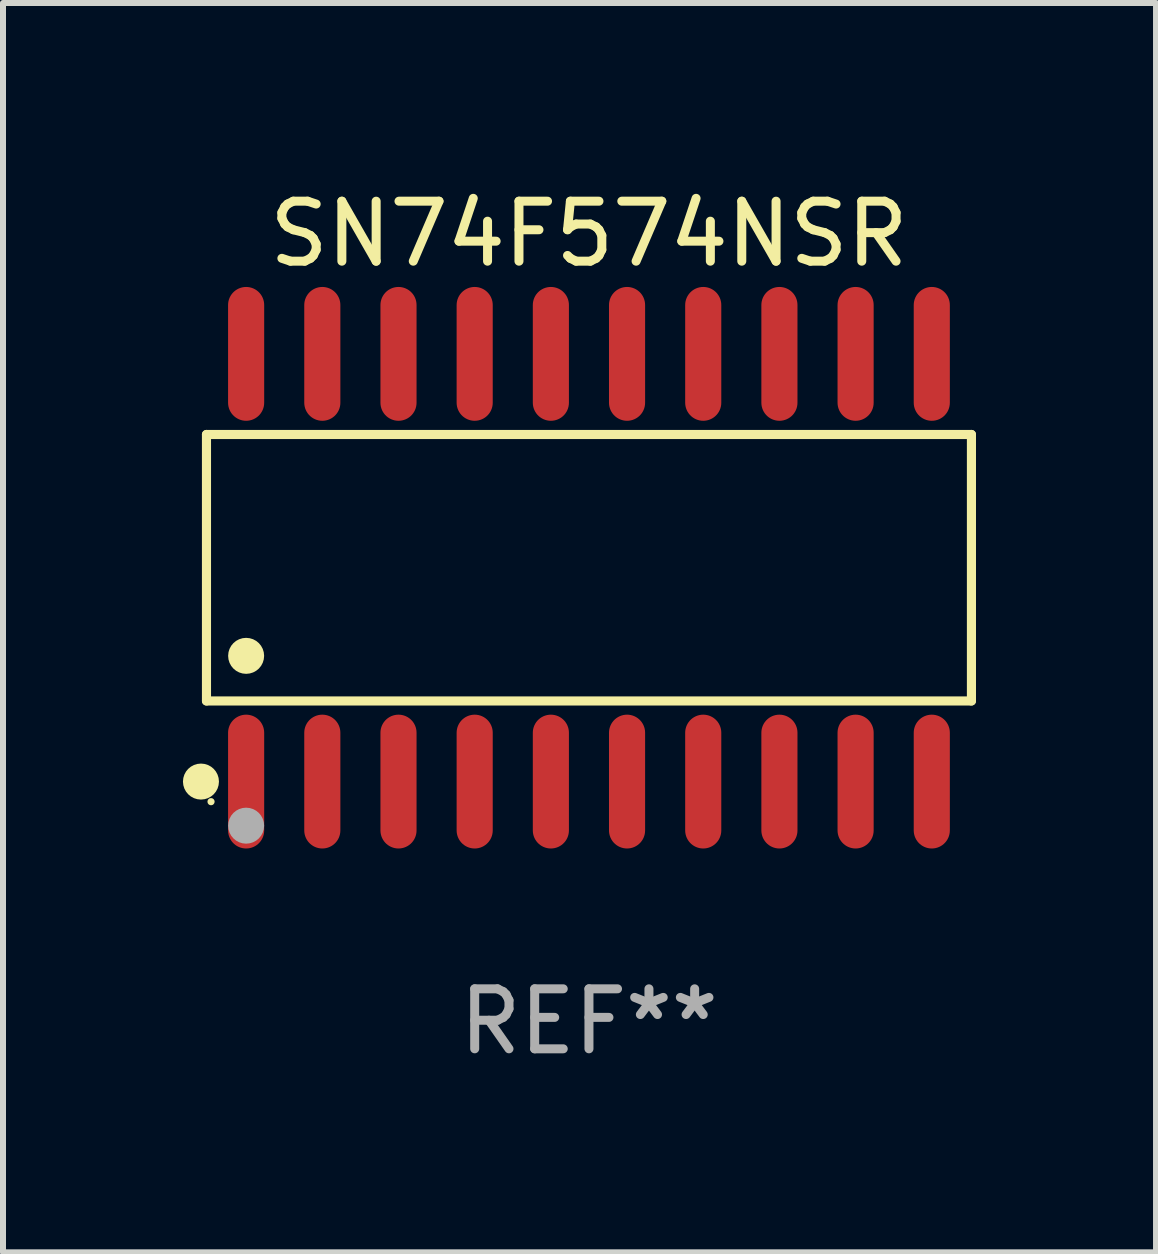
<source format=kicad_pcb>
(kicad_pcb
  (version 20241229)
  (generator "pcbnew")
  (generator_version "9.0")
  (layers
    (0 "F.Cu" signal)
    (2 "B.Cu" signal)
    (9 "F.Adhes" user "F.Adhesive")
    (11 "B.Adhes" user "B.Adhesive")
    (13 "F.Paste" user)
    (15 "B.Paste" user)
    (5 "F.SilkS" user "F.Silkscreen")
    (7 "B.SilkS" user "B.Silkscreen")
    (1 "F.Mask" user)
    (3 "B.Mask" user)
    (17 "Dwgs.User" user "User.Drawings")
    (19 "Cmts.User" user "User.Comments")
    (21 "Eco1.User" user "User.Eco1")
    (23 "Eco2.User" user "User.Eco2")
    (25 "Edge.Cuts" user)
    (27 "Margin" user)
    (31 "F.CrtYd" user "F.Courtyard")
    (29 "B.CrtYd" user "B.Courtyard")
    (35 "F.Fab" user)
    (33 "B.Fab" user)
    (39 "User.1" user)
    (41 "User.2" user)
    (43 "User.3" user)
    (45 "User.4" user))
  (footprint "SN74F574NSR"
    (layer "F.Cu")
    (at 6.768 6.414)
    (property "Reference" "SN74F574NSR" (at 0 -5.565 0) (layer "F.SilkS") (effects (font (size 1 1) (thickness 0.15))))
    (attr through_hole)
    (fp_line (start -6.376 -2.221) (end 6.376 -2.221) (stroke (width 0.152) (type solid)) (layer "F.SilkS"))
    (fp_line (start -6.376 2.221) (end -6.376 -2.221) (stroke (width 0.152) (type solid)) (layer "F.SilkS"))
    (fp_line (start 6.376 -2.221) (end 6.376 2.221) (stroke (width 0.152) (type solid)) (layer "F.SilkS"))
    (fp_line (start 6.376 2.221) (end -6.376 2.221) (stroke (width 0.152) (type solid)) (layer "F.SilkS"))
    (fp_circle (center -6.468 3.565) (end -6.318 3.565) (stroke (width 0.3) (type solid)) (fill no) (layer "F.SilkS"))
    (fp_circle (center -6.3 3.9) (end -6.27 3.9) (stroke (width 0.06) (type solid)) (fill no) (layer "F.SilkS"))
    (fp_circle (center -5.715 1.469) (end -5.565 1.469) (stroke (width 0.3) (type solid)) (fill no) (layer "F.SilkS"))
    (fp_circle (center -5.715 4.3) (end -5.565 4.3) (stroke (width 0.3) (type solid)) (fill no) (layer "F.Fab"))
    (fp_text user "REF**" (at 0 7.565 0) (layer "F.Fab") (effects (font (size 1 1) (thickness 0.15))))
    (pad "1" smd oval (at -5.715 3.565) (size 0.602 2.231) (layers "F.Cu" "F.Mask" "F.Paste"))
    (pad "2" smd oval (at -4.445 3.565) (size 0.602 2.231) (layers "F.Cu" "F.Mask" "F.Paste"))
    (pad "3" smd oval (at -3.175 3.565) (size 0.602 2.231) (layers "F.Cu" "F.Mask" "F.Paste"))
    (pad "4" smd oval (at -1.905 3.565) (size 0.602 2.231) (layers "F.Cu" "F.Mask" "F.Paste"))
    (pad "5" smd oval (at -0.635 3.565) (size 0.602 2.231) (layers "F.Cu" "F.Mask" "F.Paste"))
    (pad "6" smd oval (at 0.635 3.565) (size 0.602 2.231) (layers "F.Cu" "F.Mask" "F.Paste"))
    (pad "7" smd oval (at 1.905 3.565) (size 0.602 2.231) (layers "F.Cu" "F.Mask" "F.Paste"))
    (pad "8" smd oval (at 3.175 3.565) (size 0.602 2.231) (layers "F.Cu" "F.Mask" "F.Paste"))
    (pad "9" smd oval (at 4.445 3.565) (size 0.602 2.231) (layers "F.Cu" "F.Mask" "F.Paste"))
    (pad "10" smd oval (at 5.715 3.565) (size 0.602 2.231) (layers "F.Cu" "F.Mask" "F.Paste"))
    (pad "11" smd oval (at 5.715 -3.565) (size 0.602 2.231) (layers "F.Cu" "F.Mask" "F.Paste"))
    (pad "12" smd oval (at 4.445 -3.565) (size 0.602 2.231) (layers "F.Cu" "F.Mask" "F.Paste"))
    (pad "13" smd oval (at 3.175 -3.565) (size 0.602 2.231) (layers "F.Cu" "F.Mask" "F.Paste"))
    (pad "14" smd oval (at 1.905 -3.565) (size 0.602 2.231) (layers "F.Cu" "F.Mask" "F.Paste"))
    (pad "15" smd oval (at 0.635 -3.565) (size 0.602 2.231) (layers "F.Cu" "F.Mask" "F.Paste"))
    (pad "16" smd oval (at -0.635 -3.565) (size 0.602 2.231) (layers "F.Cu" "F.Mask" "F.Paste"))
    (pad "17" smd oval (at -1.905 -3.565) (size 0.602 2.231) (layers "F.Cu" "F.Mask" "F.Paste"))
    (pad "18" smd oval (at -3.175 -3.565) (size 0.602 2.231) (layers "F.Cu" "F.Mask" "F.Paste"))
    (pad "19" smd oval (at -4.445 -3.565) (size 0.602 2.231) (layers "F.Cu" "F.Mask" "F.Paste"))
    (pad "20" smd oval (at -5.715 -3.565) (size 0.602 2.231) (layers "F.Cu" "F.Mask" "F.Paste")))
  (gr_rect
    (start -3 -3)
    (end 16.221 17.827)
    (stroke (width 0.1) (type default))
    (fill no)
    (layer "Edge.Cuts")))
</source>
